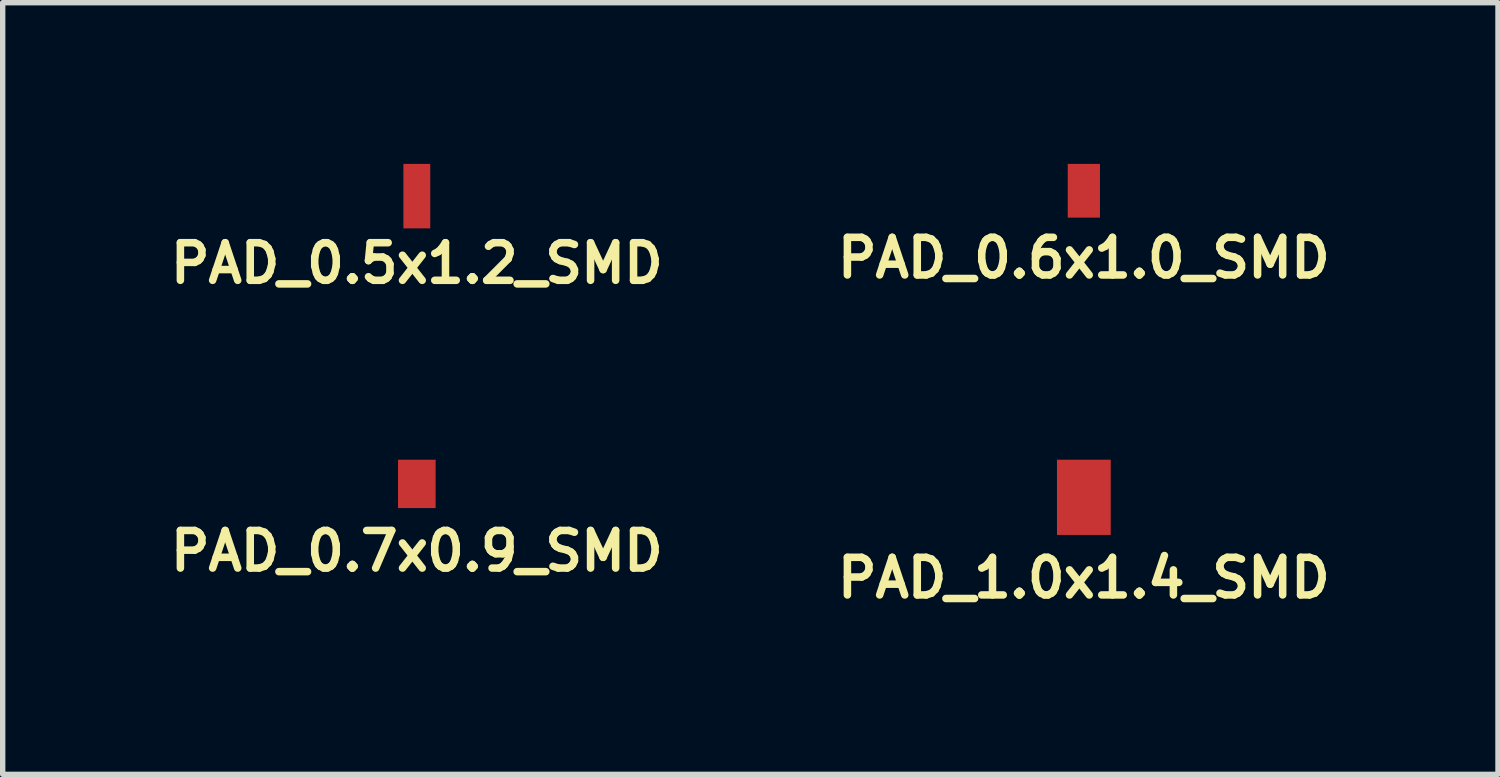
<source format=kicad_pcb>
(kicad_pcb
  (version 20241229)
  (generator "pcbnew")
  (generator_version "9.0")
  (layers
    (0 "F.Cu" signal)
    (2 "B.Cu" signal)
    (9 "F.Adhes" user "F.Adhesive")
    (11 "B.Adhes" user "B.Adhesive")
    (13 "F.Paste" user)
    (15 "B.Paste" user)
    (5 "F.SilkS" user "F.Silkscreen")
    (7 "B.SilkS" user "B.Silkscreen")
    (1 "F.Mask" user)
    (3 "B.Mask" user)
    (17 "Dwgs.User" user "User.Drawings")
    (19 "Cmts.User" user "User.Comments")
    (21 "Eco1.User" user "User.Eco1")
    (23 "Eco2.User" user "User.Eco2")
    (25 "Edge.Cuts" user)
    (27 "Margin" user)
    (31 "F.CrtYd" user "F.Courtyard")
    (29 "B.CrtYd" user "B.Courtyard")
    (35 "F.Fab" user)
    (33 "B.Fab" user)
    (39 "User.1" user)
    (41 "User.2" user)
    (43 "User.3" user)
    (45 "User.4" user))
  (footprint "PAD_1.0x1.4_SMD"
    (layer "F.Cu")
    (at 17.12 6.205)
    (property "Reference" "PAD_1.0x1.4_SMD" (at 0 1.5 0) (layer "F.SilkS") (effects (font (size 0.7 0.7) (thickness 0.14))))
    (attr through_hole)
    (pad "1" smd rect (at 0 0) (size 1 1.4) (layers "F.Cu" "F.Mask")))
  (footprint "PAD_0.5x1.2_SMD"
    (layer "F.Cu")
    (at 4.707 0.6)
    (property "Reference" "PAD_0.5x1.2_SMD" (at 0 1.25 0) (layer "F.SilkS") (effects (font (size 0.7 0.7) (thickness 0.14))))
    (attr through_hole)
    (pad "1" smd rect (at 0 0) (size 0.5 1.2) (layers "F.Cu" "F.Mask" "F.Paste")))
  (footprint "PAD_0.7x0.9_SMD"
    (layer "F.Cu")
    (at 4.707 5.955)
    (property "Reference" "PAD_0.7x0.9_SMD" (at 0 1.25 0) (layer "F.SilkS") (effects (font (size 0.7 0.7) (thickness 0.14))))
    (attr through_hole)
    (pad "1" smd rect (at 0 0) (size 0.7 0.9) (layers "F.Cu" "F.Mask")))
  (footprint "PAD_0.6x1.0_SMD"
    (layer "F.Cu")
    (at 17.12 0.5)
    (property "Reference" "PAD_0.6x1.0_SMD" (at 0 1.25 0) (layer "F.SilkS") (effects (font (size 0.7 0.7) (thickness 0.14))))
    (attr through_hole)
    (pad "1" smd rect (at 0 0) (size 0.6 1) (layers "F.Cu" "F.Mask" "F.Paste")))
  (gr_rect
    (start -3 -3)
    (end 24.827 11.36)
    (stroke (width 0.1) (type default))
    (fill no)
    (layer "Edge.Cuts")))
</source>
